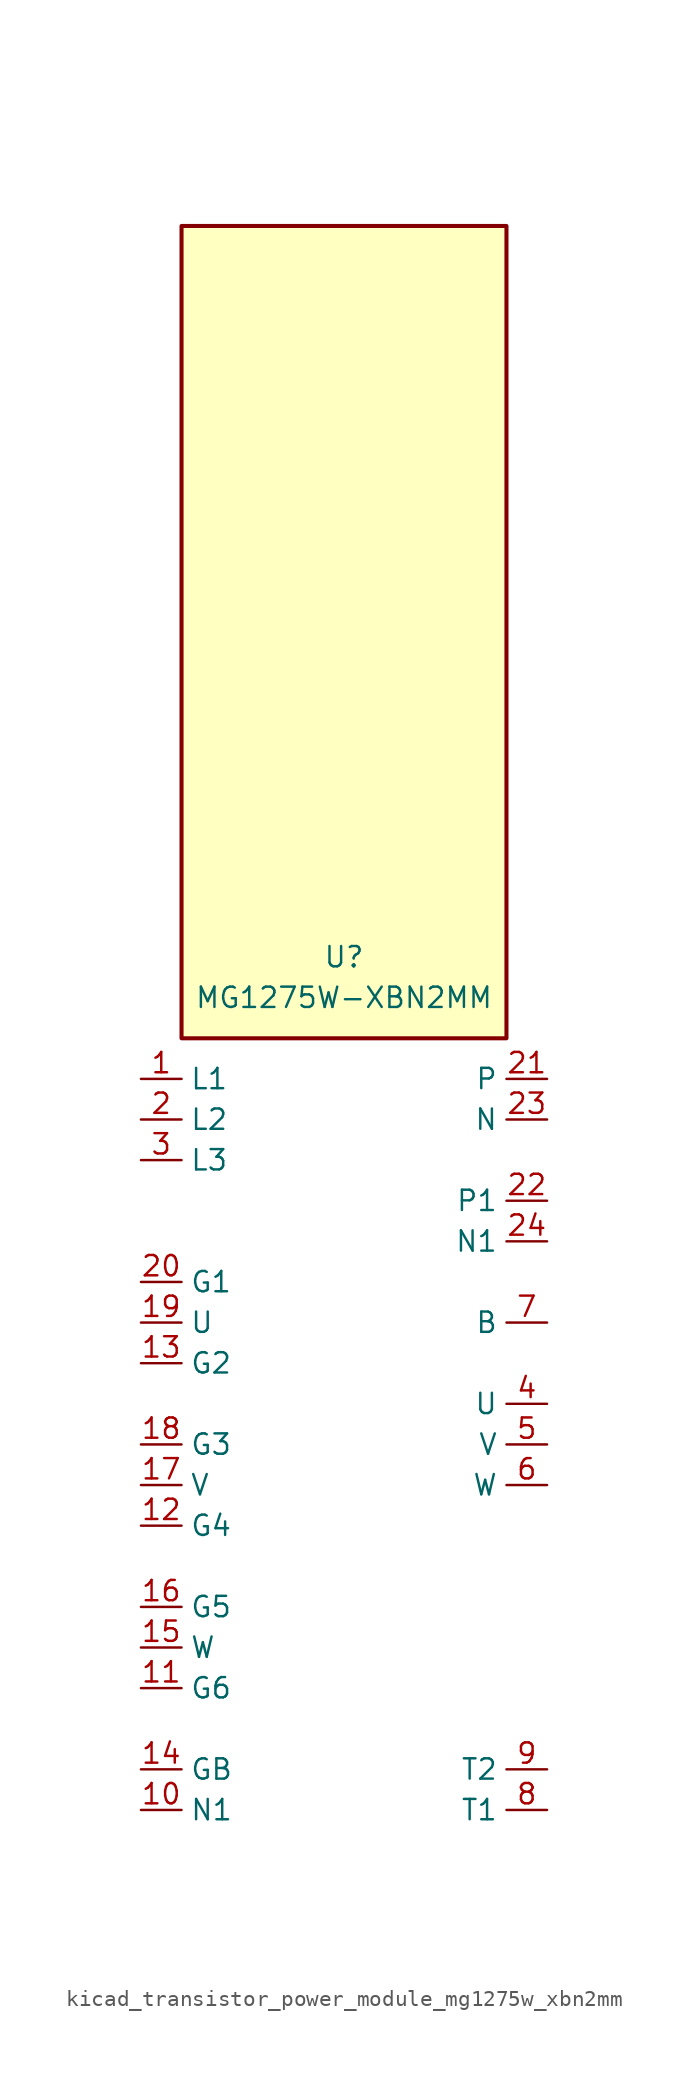
<source format=kicad_sym>
(kicad_symbol_lib
  (version 20220914)
  (generator kicad_symbol_editor)
  (symbol "kicad_transistor_power_module_mg1275w_xbn2mm"
    (property "Reference" "U"
      (at 0 30.48 0)
      (effects (font (size 1.27 1.27))))
    (property "Value" "MG1275W-XBN2MM"
      (at 0 27.94 0)
      (effects (font (size 1.27 1.27))))
    (symbol "kicad_transistor_power_module_mg1275w_xbn2mm_1_1"
      (rectangle (start 10.16 76.2) (end -10.16 25.4) (stroke (width 0.254) (type default)) (fill (type background)))
      (pin passive line (at -12.7 22.86 0) (length 2.54) (name "L1" (effects (font (size 1.27 1.27)))) (number "1" (effects (font (size 1.27 1.27)))))
      (pin passive line (at -12.7 -22.86 0) (length 2.54) (name "N1" (effects (font (size 1.27 1.27)))) (number "10" (effects (font (size 1.27 1.27)))))
      (pin passive line (at -12.7 -15.24 0) (length 2.54) (name "G6" (effects (font (size 1.27 1.27)))) (number "11" (effects (font (size 1.27 1.27)))))
      (pin passive line (at -12.7 -5.08 0) (length 2.54) (name "G4" (effects (font (size 1.27 1.27)))) (number "12" (effects (font (size 1.27 1.27)))))
      (pin passive line (at -12.7 5.08 0) (length 2.54) (name "G2" (effects (font (size 1.27 1.27)))) (number "13" (effects (font (size 1.27 1.27)))))
      (pin passive line (at -12.7 -20.32 0) (length 2.54) (name "GB" (effects (font (size 1.27 1.27)))) (number "14" (effects (font (size 1.27 1.27)))))
      (pin passive line (at -12.7 -12.7 0) (length 2.54) (name "W" (effects (font (size 1.27 1.27)))) (number "15" (effects (font (size 1.27 1.27)))))
      (pin passive line (at -12.7 -10.16 0) (length 2.54) (name "G5" (effects (font (size 1.27 1.27)))) (number "16" (effects (font (size 1.27 1.27)))))
      (pin passive line (at -12.7 -2.54 0) (length 2.54) (name "V" (effects (font (size 1.27 1.27)))) (number "17" (effects (font (size 1.27 1.27)))))
      (pin passive line (at -12.7 0 0) (length 2.54) (name "G3" (effects (font (size 1.27 1.27)))) (number "18" (effects (font (size 1.27 1.27)))))
      (pin passive line (at -12.7 7.62 0) (length 2.54) (name "U" (effects (font (size 1.27 1.27)))) (number "19" (effects (font (size 1.27 1.27)))))
      (pin passive line (at -12.7 20.32 0) (length 2.54) (name "L2" (effects (font (size 1.27 1.27)))) (number "2" (effects (font (size 1.27 1.27)))))
      (pin passive line (at -12.7 10.16 0) (length 2.54) (name "G1" (effects (font (size 1.27 1.27)))) (number "20" (effects (font (size 1.27 1.27)))))
      (pin passive line (at 12.7 22.86 180) (length 2.54) (name "P" (effects (font (size 1.27 1.27)))) (number "21" (effects (font (size 1.27 1.27)))))
      (pin passive line (at 12.7 15.24 180) (length 2.54) (name "P1" (effects (font (size 1.27 1.27)))) (number "22" (effects (font (size 1.27 1.27)))))
      (pin passive line (at 12.7 20.32 180) (length 2.54) (name "N" (effects (font (size 1.27 1.27)))) (number "23" (effects (font (size 1.27 1.27)))))
      (pin passive line (at 12.7 12.7 180) (length 2.54) (name "N1" (effects (font (size 1.27 1.27)))) (number "24" (effects (font (size 1.27 1.27)))))
      (pin passive line (at -12.7 17.78 0) (length 2.54) (name "L3" (effects (font (size 1.27 1.27)))) (number "3" (effects (font (size 1.27 1.27)))))
      (pin passive line (at 12.7 2.54 180) (length 2.54) (name "U" (effects (font (size 1.27 1.27)))) (number "4" (effects (font (size 1.27 1.27)))))
      (pin passive line (at 12.7 0 180) (length 2.54) (name "V" (effects (font (size 1.27 1.27)))) (number "5" (effects (font (size 1.27 1.27)))))
      (pin passive line (at 12.7 -2.54 180) (length 2.54) (name "W" (effects (font (size 1.27 1.27)))) (number "6" (effects (font (size 1.27 1.27)))))
      (pin passive line (at 12.7 7.62 180) (length 2.54) (name "B" (effects (font (size 1.27 1.27)))) (number "7" (effects (font (size 1.27 1.27)))))
      (pin passive line (at 12.7 -22.86 180) (length 2.54) (name "T1" (effects (font (size 1.27 1.27)))) (number "8" (effects (font (size 1.27 1.27)))))
      (pin passive line (at 12.7 -20.32 180) (length 2.54) (name "T2" (effects (font (size 1.27 1.27)))) (number "9" (effects (font (size 1.27 1.27))))))))
</source>
